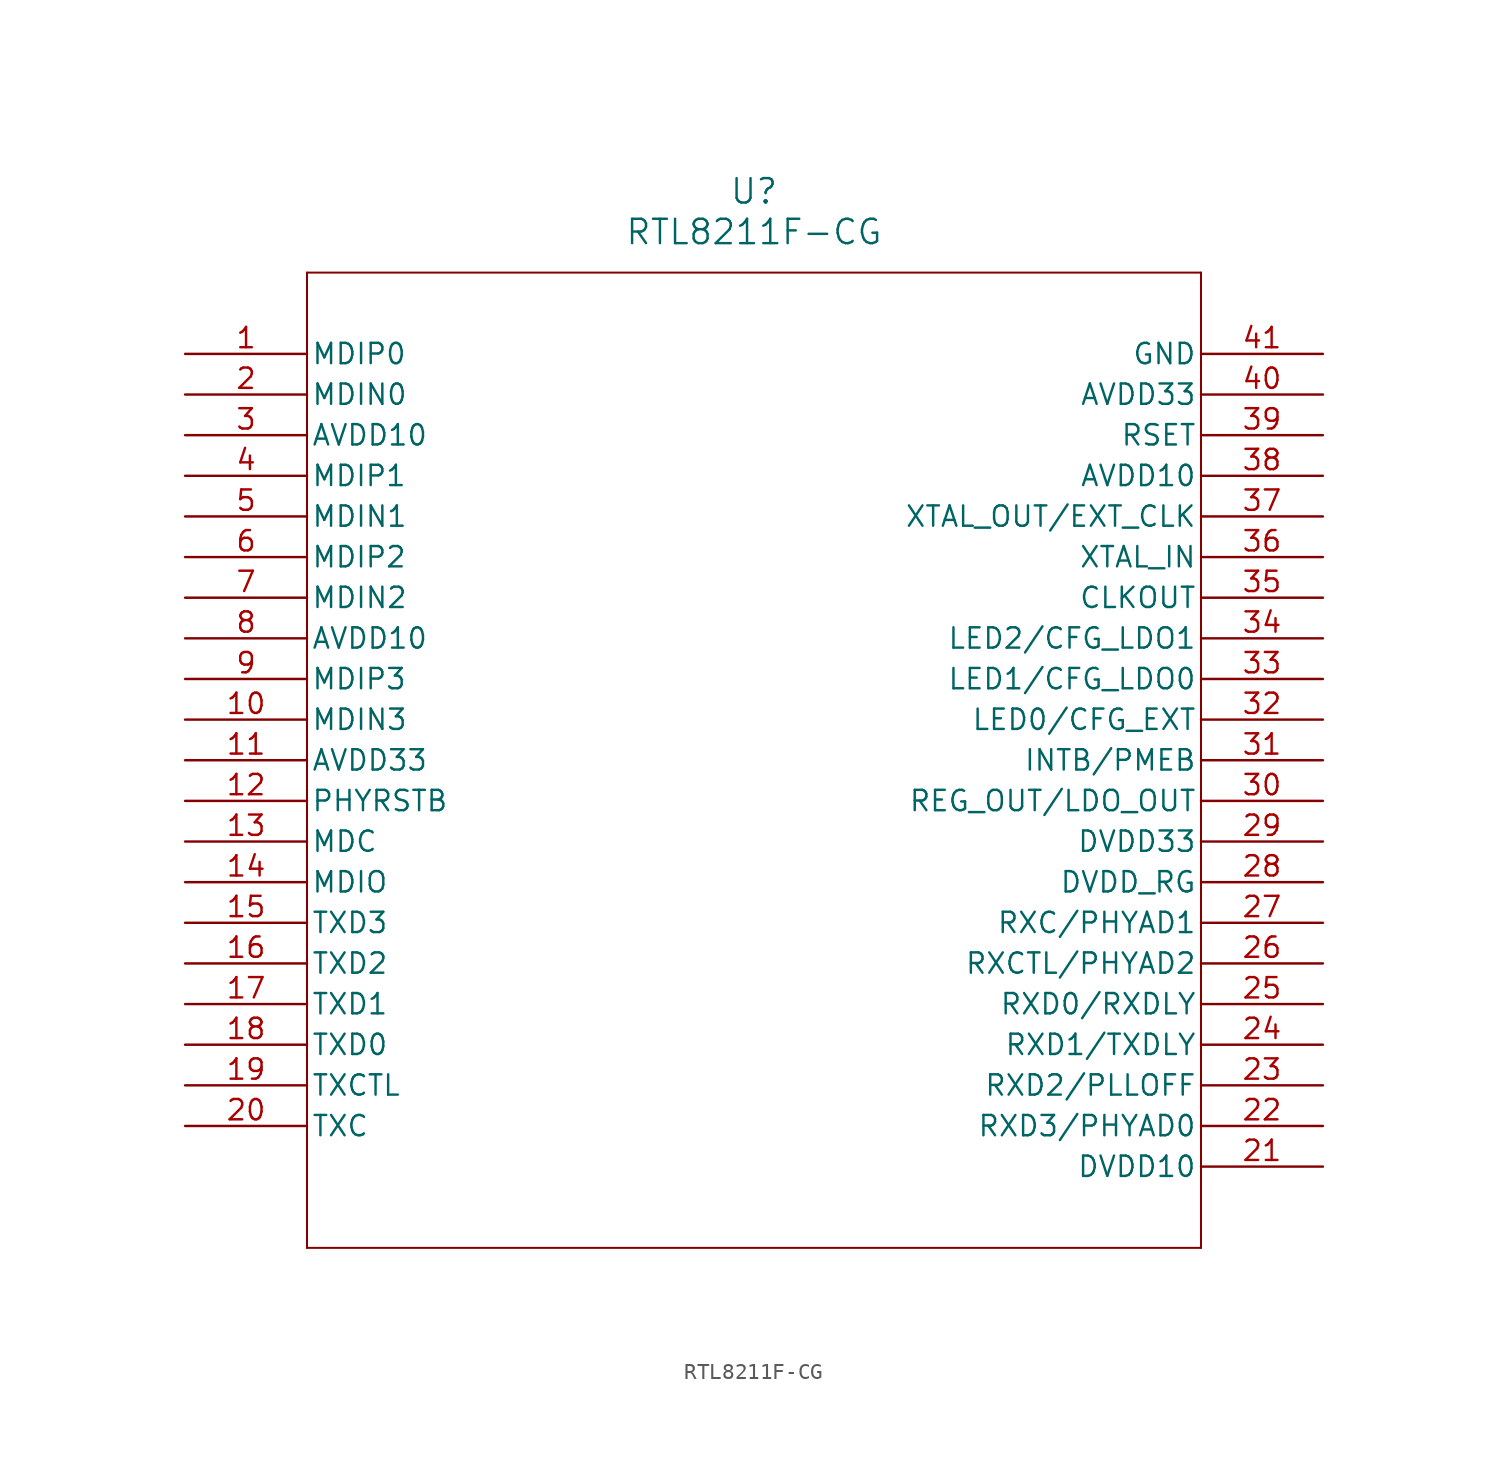
<source format=kicad_sym>
(kicad_symbol_lib
  (version 20211014)
  (generator kicad_symbol_editor)
  (symbol "RTL8211F-CG"
    (pin_names
      (offset 0.254))
    (property "Reference" "U"
      (at 35.56 10.16 0)
      (effects (font (size 1.524 1.524))))
    (property "Value" "RTL8211F-CG"
      (at 35.56 7.62 0)
      (effects (font (size 1.524 1.524))))
    (symbol "RTL8211F-CG_0_1"
      (polyline (pts (xy 7.62 5.08) (xy 7.62 -55.88)) (stroke (width 0.127) (type default) (color 0 0 0 0)) (fill (type none)))
      (polyline (pts (xy 7.62 -55.88) (xy 63.5 -55.88)) (stroke (width 0.127) (type default) (color 0 0 0 0)) (fill (type none)))
      (polyline (pts (xy 63.5 -55.88) (xy 63.5 5.08)) (stroke (width 0.127) (type default) (color 0 0 0 0)) (fill (type none)))
      (polyline (pts (xy 63.5 5.08) (xy 7.62 5.08)) (stroke (width 0.127) (type default) (color 0 0 0 0)) (fill (type none)))
      (pin bidirectional line (at 0 0 0) (length 7.62) (name "MDIP0" (effects (font (size 1.27 1.27)))) (number "1" (effects (font (size 1.27 1.27)))))
      (pin bidirectional line (at 0 -2.54 0) (length 7.62) (name "MDIN0" (effects (font (size 1.27 1.27)))) (number "2" (effects (font (size 1.27 1.27)))))
      (pin power_in line (at 0 -5.08 0) (length 7.62) (name "AVDD10" (effects (font (size 1.27 1.27)))) (number "3" (effects (font (size 1.27 1.27)))))
      (pin bidirectional line (at 0 -7.62 0) (length 7.62) (name "MDIP1" (effects (font (size 1.27 1.27)))) (number "4" (effects (font (size 1.27 1.27)))))
      (pin bidirectional line (at 0 -10.16 0) (length 7.62) (name "MDIN1" (effects (font (size 1.27 1.27)))) (number "5" (effects (font (size 1.27 1.27)))))
      (pin bidirectional line (at 0 -12.7 0) (length 7.62) (name "MDIP2" (effects (font (size 1.27 1.27)))) (number "6" (effects (font (size 1.27 1.27)))))
      (pin bidirectional line (at 0 -15.24 0) (length 7.62) (name "MDIN2" (effects (font (size 1.27 1.27)))) (number "7" (effects (font (size 1.27 1.27)))))
      (pin power_in line (at 0 -17.78 0) (length 7.62) (name "AVDD10" (effects (font (size 1.27 1.27)))) (number "8" (effects (font (size 1.27 1.27)))))
      (pin bidirectional line (at 0 -20.32 0) (length 7.62) (name "MDIP3" (effects (font (size 1.27 1.27)))) (number "9" (effects (font (size 1.27 1.27)))))
      (pin bidirectional line (at 0 -22.86 0) (length 7.62) (name "MDIN3" (effects (font (size 1.27 1.27)))) (number "10" (effects (font (size 1.27 1.27)))))
      (pin power_in line (at 0 -25.4 0) (length 7.62) (name "AVDD33" (effects (font (size 1.27 1.27)))) (number "11" (effects (font (size 1.27 1.27)))))
      (pin input line (at 0 -27.94 0) (length 7.62) (name "PHYRSTB" (effects (font (size 1.27 1.27)))) (number "12" (effects (font (size 1.27 1.27)))))
      (pin input line (at 0 -30.48 0) (length 7.62) (name "MDC" (effects (font (size 1.27 1.27)))) (number "13" (effects (font (size 1.27 1.27)))))
      (pin bidirectional line (at 0 -33.02 0) (length 7.62) (name "MDIO" (effects (font (size 1.27 1.27)))) (number "14" (effects (font (size 1.27 1.27)))))
      (pin input line (at 0 -35.56 0) (length 7.62) (name "TXD3" (effects (font (size 1.27 1.27)))) (number "15" (effects (font (size 1.27 1.27)))))
      (pin input line (at 0 -38.1 0) (length 7.62) (name "TXD2" (effects (font (size 1.27 1.27)))) (number "16" (effects (font (size 1.27 1.27)))))
      (pin input line (at 0 -40.64 0) (length 7.62) (name "TXD1" (effects (font (size 1.27 1.27)))) (number "17" (effects (font (size 1.27 1.27)))))
      (pin input line (at 0 -43.18 0) (length 7.62) (name "TXD0" (effects (font (size 1.27 1.27)))) (number "18" (effects (font (size 1.27 1.27)))))
      (pin input line (at 0 -45.72 0) (length 7.62) (name "TXCTL" (effects (font (size 1.27 1.27)))) (number "19" (effects (font (size 1.27 1.27)))))
      (pin input line (at 0 -48.26 0) (length 7.62) (name "TXC" (effects (font (size 1.27 1.27)))) (number "20" (effects (font (size 1.27 1.27)))))
      (pin power_in line (at 71.12 -50.8 180) (length 7.62) (name "DVDD10" (effects (font (size 1.27 1.27)))) (number "21" (effects (font (size 1.27 1.27)))))
      (pin output line (at 71.12 -48.26 180) (length 7.62) (name "RXD3/PHYAD0" (effects (font (size 1.27 1.27)))) (number "22" (effects (font (size 1.27 1.27)))))
      (pin output line (at 71.12 -45.72 180) (length 7.62) (name "RXD2/PLLOFF" (effects (font (size 1.27 1.27)))) (number "23" (effects (font (size 1.27 1.27)))))
      (pin output line (at 71.12 -43.18 180) (length 7.62) (name "RXD1/TXDLY" (effects (font (size 1.27 1.27)))) (number "24" (effects (font (size 1.27 1.27)))))
      (pin output line (at 71.12 -40.64 180) (length 7.62) (name "RXD0/RXDLY" (effects (font (size 1.27 1.27)))) (number "25" (effects (font (size 1.27 1.27)))))
      (pin output line (at 71.12 -38.1 180) (length 7.62) (name "RXCTL/PHYAD2" (effects (font (size 1.27 1.27)))) (number "26" (effects (font (size 1.27 1.27)))))
      (pin output line (at 71.12 -35.56 180) (length 7.62) (name "RXC/PHYAD1" (effects (font (size 1.27 1.27)))) (number "27" (effects (font (size 1.27 1.27)))))
      (pin power_in line (at 71.12 -33.02 180) (length 7.62) (name "DVDD_RG" (effects (font (size 1.27 1.27)))) (number "28" (effects (font (size 1.27 1.27)))))
      (pin power_in line (at 71.12 -30.48 180) (length 7.62) (name "DVDD33" (effects (font (size 1.27 1.27)))) (number "29" (effects (font (size 1.27 1.27)))))
      (pin output line (at 71.12 -27.94 180) (length 7.62) (name "REG_OUT/LDO_OUT" (effects (font (size 1.27 1.27)))) (number "30" (effects (font (size 1.27 1.27)))))
      (pin output line (at 71.12 -25.4 180) (length 7.62) (name "INTB/PMEB" (effects (font (size 1.27 1.27)))) (number "31" (effects (font (size 1.27 1.27)))))
      (pin output line (at 71.12 -22.86 180) (length 7.62) (name "LED0/CFG_EXT" (effects (font (size 1.27 1.27)))) (number "32" (effects (font (size 1.27 1.27)))))
      (pin output line (at 71.12 -20.32 180) (length 7.62) (name "LED1/CFG_LDO0" (effects (font (size 1.27 1.27)))) (number "33" (effects (font (size 1.27 1.27)))))
      (pin output line (at 71.12 -17.78 180) (length 7.62) (name "LED2/CFG_LDO1" (effects (font (size 1.27 1.27)))) (number "34" (effects (font (size 1.27 1.27)))))
      (pin output line (at 71.12 -15.24 180) (length 7.62) (name "CLKOUT" (effects (font (size 1.27 1.27)))) (number "35" (effects (font (size 1.27 1.27)))))
      (pin input line (at 71.12 -12.7 180) (length 7.62) (name "XTAL_IN" (effects (font (size 1.27 1.27)))) (number "36" (effects (font (size 1.27 1.27)))))
      (pin output line (at 71.12 -10.16 180) (length 7.62) (name "XTAL_OUT/EXT_CLK" (effects (font (size 1.27 1.27)))) (number "37" (effects (font (size 1.27 1.27)))))
      (pin power_in line (at 71.12 -7.62 180) (length 7.62) (name "AVDD10" (effects (font (size 1.27 1.27)))) (number "38" (effects (font (size 1.27 1.27)))))
      (pin output line (at 71.12 -5.08 180) (length 7.62) (name "RSET" (effects (font (size 1.27 1.27)))) (number "39" (effects (font (size 1.27 1.27)))))
      (pin power_in line (at 71.12 -2.54 180) (length 7.62) (name "AVDD33" (effects (font (size 1.27 1.27)))) (number "40" (effects (font (size 1.27 1.27)))))
      (pin power_out line (at 71.12 0 180) (length 7.62) (name "GND" (effects (font (size 1.27 1.27)))) (number "41" (effects (font (size 1.27 1.27))))))))
</source>
